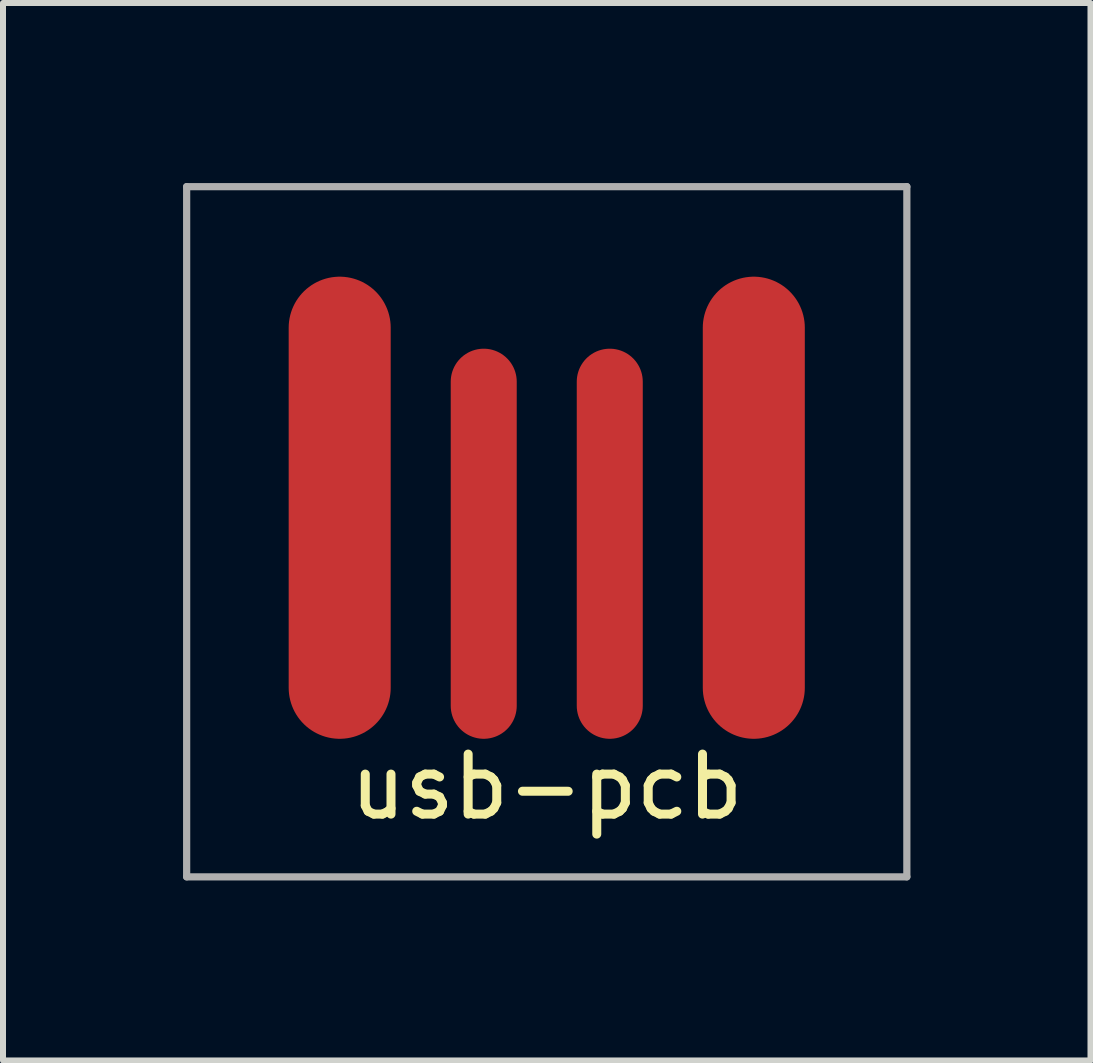
<source format=kicad_pcb>
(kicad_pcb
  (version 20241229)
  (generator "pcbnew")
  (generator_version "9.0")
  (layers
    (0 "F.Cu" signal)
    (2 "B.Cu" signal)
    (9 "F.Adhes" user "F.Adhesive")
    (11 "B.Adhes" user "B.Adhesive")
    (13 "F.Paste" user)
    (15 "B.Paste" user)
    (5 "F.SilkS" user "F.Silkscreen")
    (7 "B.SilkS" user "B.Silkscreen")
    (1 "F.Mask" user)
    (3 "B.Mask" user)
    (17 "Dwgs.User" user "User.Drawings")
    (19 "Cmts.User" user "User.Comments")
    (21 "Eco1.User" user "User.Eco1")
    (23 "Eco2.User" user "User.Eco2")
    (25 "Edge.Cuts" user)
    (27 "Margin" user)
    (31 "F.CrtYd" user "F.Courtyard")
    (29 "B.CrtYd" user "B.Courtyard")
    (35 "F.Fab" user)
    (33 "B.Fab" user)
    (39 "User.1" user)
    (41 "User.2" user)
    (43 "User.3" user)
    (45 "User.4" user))
  (footprint "usb-pcb"
    (layer "F.Cu")
    (at 6.06 5.41)
    (property "Reference" "usb-pcb" (at 0 4.65 0) (layer "F.SilkS") (effects (font (size 1 1) (thickness 0.15))))
    (attr through_hole)
    (fp_line (start -6 -5.35) (end 6 -5.35) (stroke (width 0.12) (type solid)) (layer "F.Fab"))
    (fp_line (start -6 6.15) (end -6 -5.35) (stroke (width 0.12) (type solid)) (layer "F.Fab"))
    (fp_line (start 6 -5.35) (end 6 6.15) (stroke (width 0.12) (type solid)) (layer "F.Fab"))
    (fp_line (start 6 6.15) (end -6 6.15) (stroke (width 0.12) (type solid)) (layer "F.Fab"))
    (pad "1" smd oval (at -3.45 0) (size 1.7 7.7) (layers "F.Cu" "F.Mask" "F.Paste"))
    (pad "2" smd oval (at -1.05 0.6) (size 1.1 6.5) (layers "F.Cu" "F.Mask" "F.Paste"))
    (pad "3" smd oval (at 1.05 0.6) (size 1.1 6.5) (layers "F.Cu" "F.Mask" "F.Paste"))
    (pad "4" smd oval (at 3.45 0) (size 1.7 7.7) (layers "F.Cu" "F.Mask" "F.Paste")))
  (gr_rect
    (start -3 -3)
    (end 15.12 14.62)
    (stroke (width 0.1) (type default))
    (fill no)
    (layer "Edge.Cuts")))
</source>
